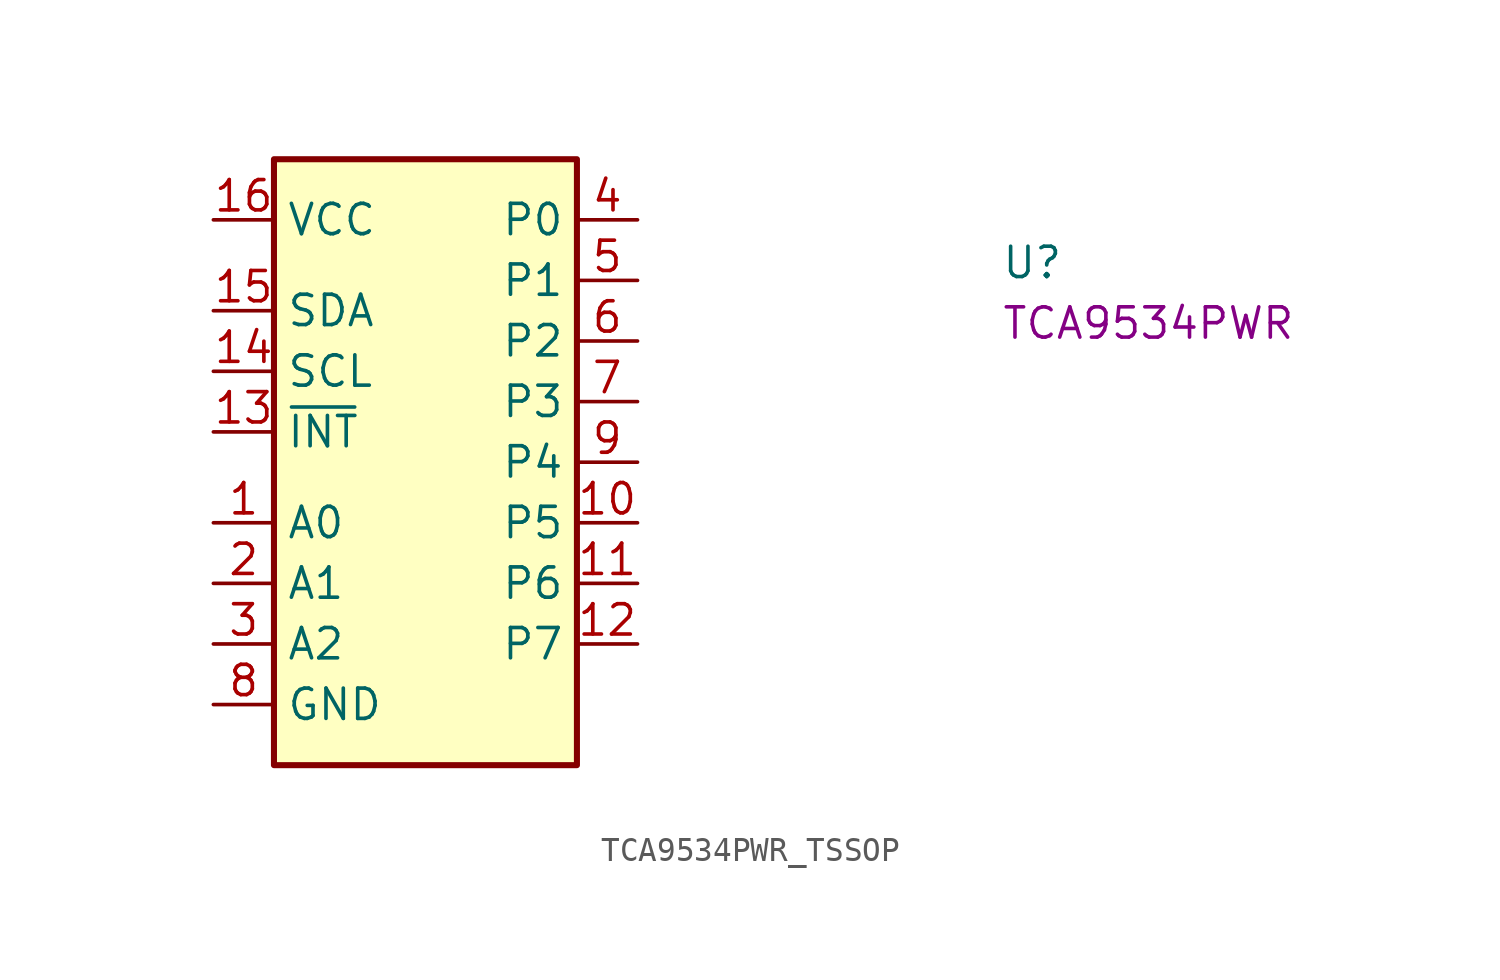
<source format=kicad_sym>
(kicad_symbol_lib
  (version 20220914)
  (generator kicad_symbol_editor)
  (symbol "TCA9534PWR_TSSOP"
    (property "Reference" "U"
      (at 33.02 -2.54 0)
      (effects (font (size 1.27 1.27) (thickness 0.15)) (justify left bottom)))
    (property "MPN" "TCA9534PWR"
      (at 33.02 -5.08 0)
      (effects (font (size 1.27 1.27) (thickness 0.15)) (justify left bottom)))
    (symbol "TCA9534PWR_TSSOP_1_1"
      (rectangle (start 2.54 -22.86) (end 15.24 2.54) (stroke (width 0.254) (type default)) (fill (type background)))
      (pin input line (at 0 -12.7 0) (length 2.54) (name "A0" (effects (font (size 1.27 1.27)))) (number "1" (effects (font (size 1.27 1.27)))))
      (pin bidirectional line (at 17.78 -12.7 180) (length 2.54) (name "P5" (effects (font (size 1.27 1.27)))) (number "10" (effects (font (size 1.27 1.27)))))
      (pin bidirectional line (at 17.78 -15.24 180) (length 2.54) (name "P6" (effects (font (size 1.27 1.27)))) (number "11" (effects (font (size 1.27 1.27)))))
      (pin bidirectional line (at 17.78 -17.78 180) (length 2.54) (name "P7" (effects (font (size 1.27 1.27)))) (number "12" (effects (font (size 1.27 1.27)))))
      (pin open_collector line (at 0 -8.89 0) (length 2.54) (name "~{INT}" (effects (font (size 1.27 1.27)))) (number "13" (effects (font (size 1.27 1.27)))))
      (pin input line (at 0 -6.35 0) (length 2.54) (name "SCL" (effects (font (size 1.27 1.27)))) (number "14" (effects (font (size 1.27 1.27)))))
      (pin bidirectional line (at 0 -3.81 0) (length 2.54) (name "SDA" (effects (font (size 1.27 1.27)))) (number "15" (effects (font (size 1.27 1.27)))))
      (pin power_in line (at 0 0 0) (length 2.54) (name "VCC" (effects (font (size 1.27 1.27)))) (number "16" (effects (font (size 1.27 1.27)))))
      (pin input line (at 0 -15.24 0) (length 2.54) (name "A1" (effects (font (size 1.27 1.27)))) (number "2" (effects (font (size 1.27 1.27)))))
      (pin input line (at 0 -17.78 0) (length 2.54) (name "A2" (effects (font (size 1.27 1.27)))) (number "3" (effects (font (size 1.27 1.27)))))
      (pin bidirectional line (at 17.78 0 180) (length 2.54) (name "P0" (effects (font (size 1.27 1.27)))) (number "4" (effects (font (size 1.27 1.27)))))
      (pin bidirectional line (at 17.78 -2.54 180) (length 2.54) (name "P1" (effects (font (size 1.27 1.27)))) (number "5" (effects (font (size 1.27 1.27)))))
      (pin bidirectional line (at 17.78 -5.08 180) (length 2.54) (name "P2" (effects (font (size 1.27 1.27)))) (number "6" (effects (font (size 1.27 1.27)))))
      (pin bidirectional line (at 17.78 -7.62 180) (length 2.54) (name "P3" (effects (font (size 1.27 1.27)))) (number "7" (effects (font (size 1.27 1.27)))))
      (pin power_in line (at 0 -20.32 0) (length 2.54) (name "GND" (effects (font (size 1.27 1.27)))) (number "8" (effects (font (size 1.27 1.27)))))
      (pin bidirectional line (at 17.78 -10.16 180) (length 2.54) (name "P4" (effects (font (size 1.27 1.27)))) (number "9" (effects (font (size 1.27 1.27))))))))
</source>
